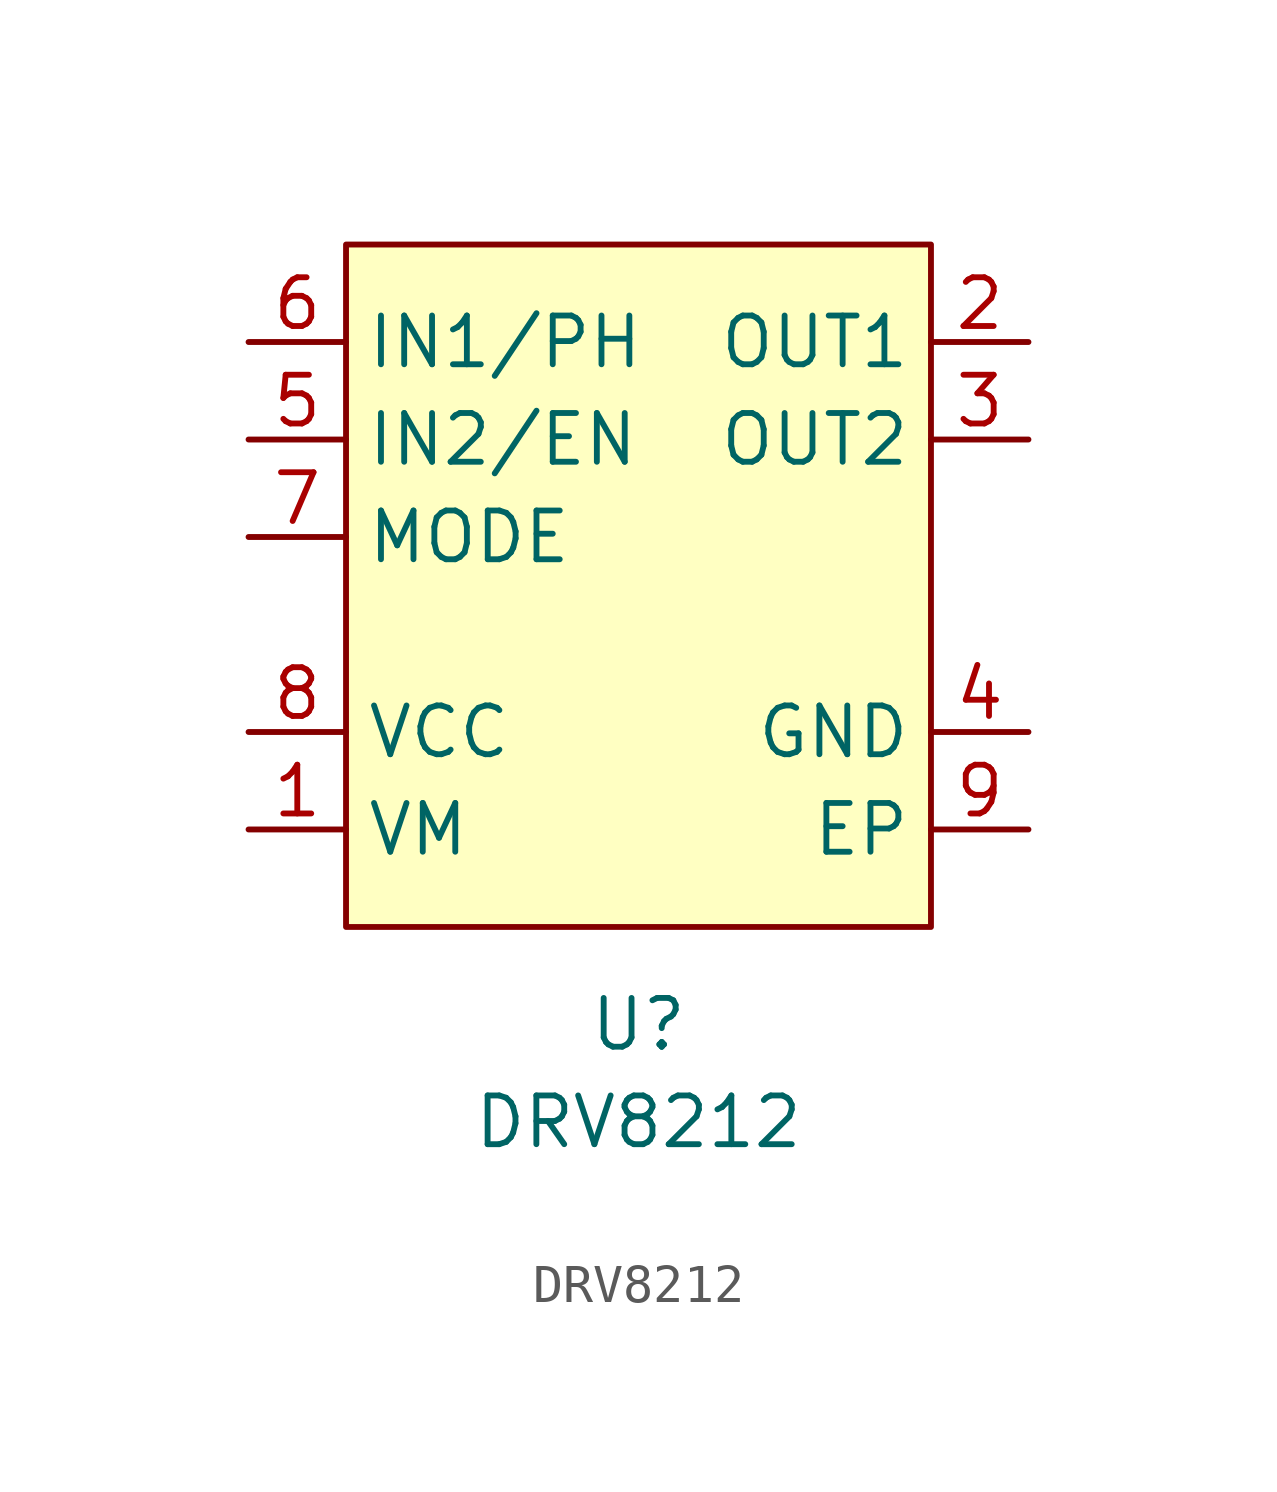
<source format=kicad_sym>
(kicad_symbol_lib
  (version 20220914)
  (generator kicad_symbol_editor)
  (symbol "DRV8212"
    (property "Reference" "U"
      (at 0 -13.97 0)
      (effects (font (size 1.27 1.27))))
    (property "Value" "DRV8212"
      (at 0 -16.51 0)
      (effects (font (size 1.27 1.27))))
    (symbol "DRV8212_0_1"
      (rectangle (start -7.62 6.35) (end 7.62 -11.43) (stroke (width 0) (type default)) (fill (type background))))
    (symbol "DRV8212_1_1"
      (pin power_in line (at -10.16 -8.89 0) (length 2.54) (name "VM" (effects (font (size 1.27 1.27)))) (number "1" (effects (font (size 1.27 1.27)))))
      (pin output line (at 10.16 3.81 180) (length 2.54) (name "OUT1" (effects (font (size 1.27 1.27)))) (number "2" (effects (font (size 1.27 1.27)))))
      (pin output line (at 10.16 1.27 180) (length 2.54) (name "OUT2" (effects (font (size 1.27 1.27)))) (number "3" (effects (font (size 1.27 1.27)))))
      (pin power_in line (at 10.16 -6.35 180) (length 2.54) (name "GND" (effects (font (size 1.27 1.27)))) (number "4" (effects (font (size 1.27 1.27)))))
      (pin input line (at -10.16 1.27 0) (length 2.54) (name "IN2/EN" (effects (font (size 1.27 1.27)))) (number "5" (effects (font (size 1.27 1.27)))))
      (pin input line (at -10.16 3.81 0) (length 2.54) (name "IN1/PH" (effects (font (size 1.27 1.27)))) (number "6" (effects (font (size 1.27 1.27)))))
      (pin input line (at -10.16 -1.27 0) (length 2.54) (name "MODE" (effects (font (size 1.27 1.27)))) (number "7" (effects (font (size 1.27 1.27)))))
      (pin power_in line (at -10.16 -6.35 0) (length 2.54) (name "VCC" (effects (font (size 1.27 1.27)))) (number "8" (effects (font (size 1.27 1.27)))))
      (pin power_in line (at 10.16 -8.89 180) (length 2.54) (name "EP" (effects (font (size 1.27 1.27)))) (number "9" (effects (font (size 1.27 1.27))))))))
</source>
